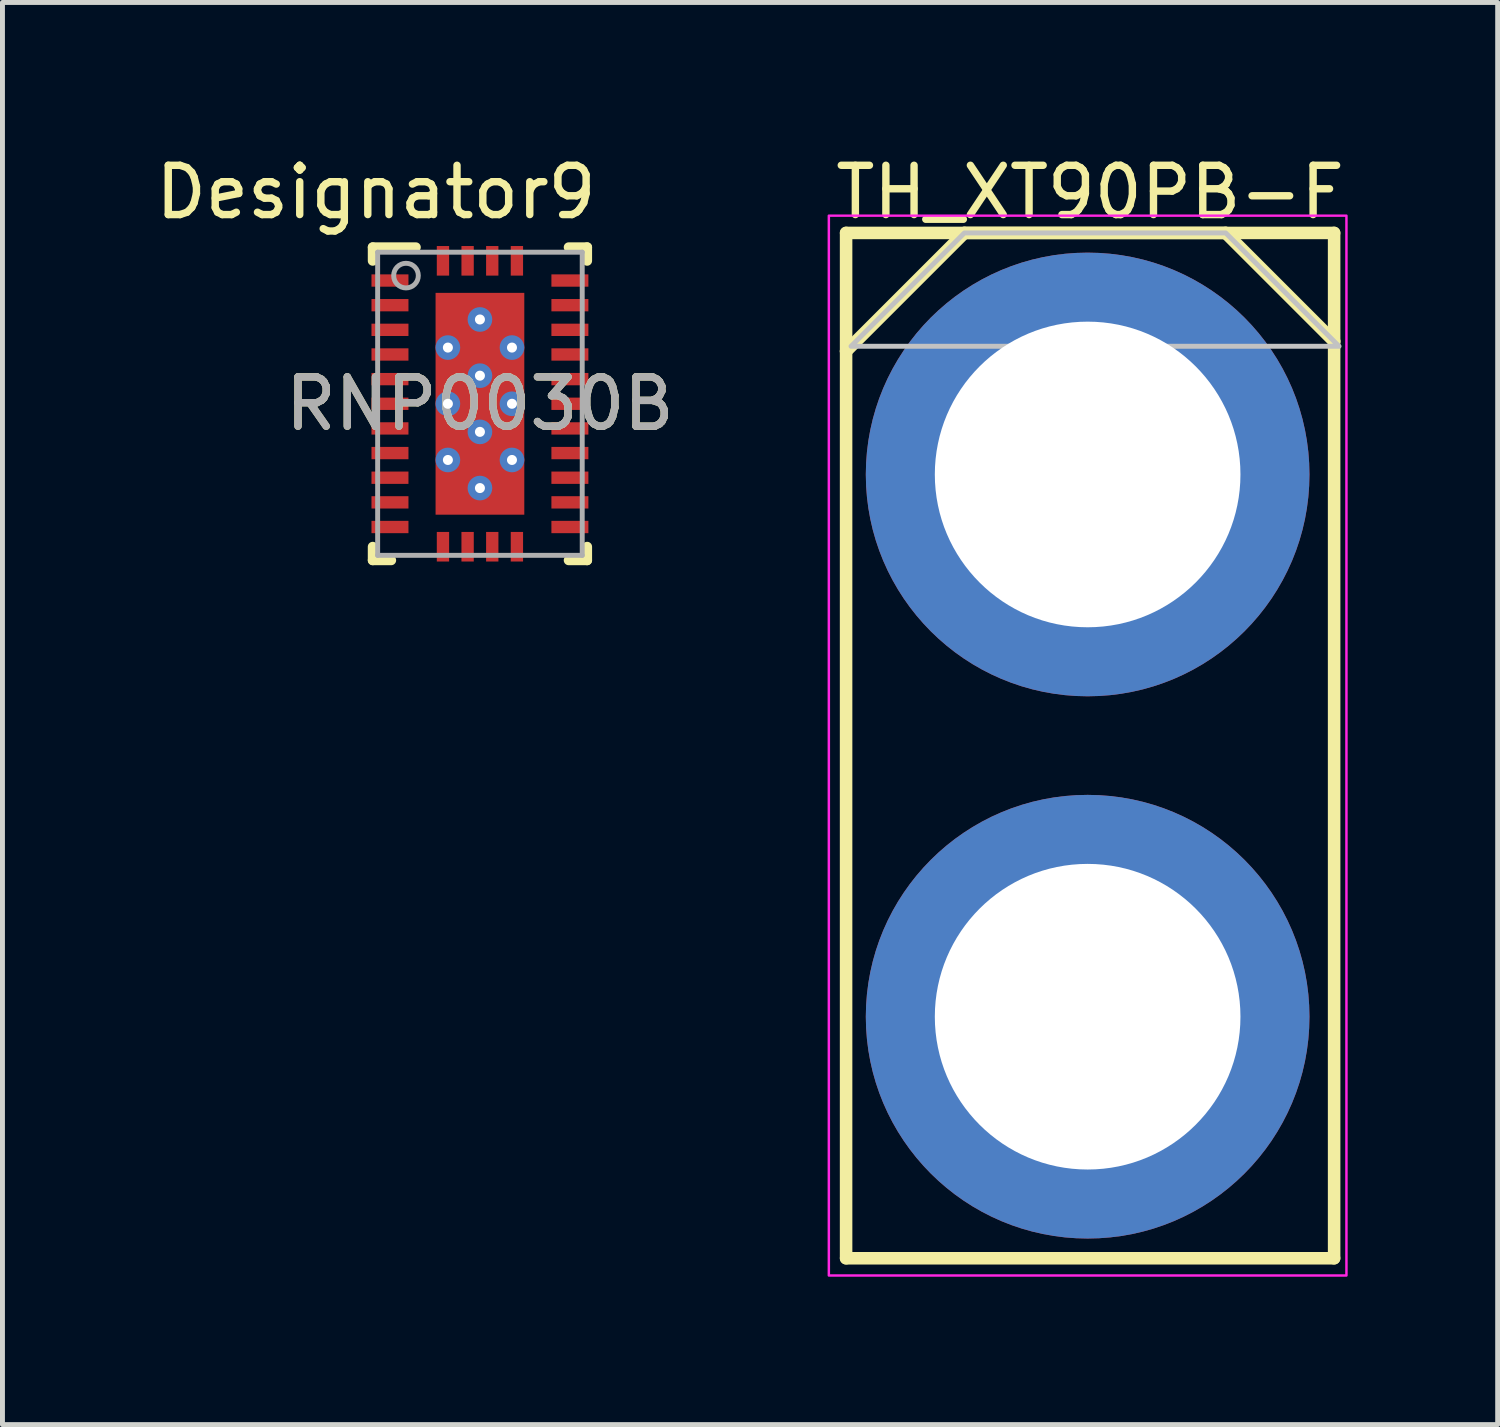
<source format=kicad_pcb>
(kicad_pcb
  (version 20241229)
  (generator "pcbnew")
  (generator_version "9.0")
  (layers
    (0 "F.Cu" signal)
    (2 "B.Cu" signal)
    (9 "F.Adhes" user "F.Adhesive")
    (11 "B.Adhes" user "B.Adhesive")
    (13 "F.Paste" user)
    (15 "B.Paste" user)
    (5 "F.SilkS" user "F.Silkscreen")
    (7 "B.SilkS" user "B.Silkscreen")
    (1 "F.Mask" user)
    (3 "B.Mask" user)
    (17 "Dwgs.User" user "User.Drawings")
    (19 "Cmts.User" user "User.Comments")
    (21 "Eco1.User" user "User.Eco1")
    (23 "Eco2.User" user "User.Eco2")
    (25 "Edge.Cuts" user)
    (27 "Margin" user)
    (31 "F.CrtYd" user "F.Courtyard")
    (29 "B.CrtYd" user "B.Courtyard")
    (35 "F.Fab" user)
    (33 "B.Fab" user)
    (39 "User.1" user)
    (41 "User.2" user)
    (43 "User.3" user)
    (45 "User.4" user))
  (footprint "RNP0030B"
    (layer "F.Cu")
    (at 6.686 5.141)
    (property "Reference" "RNP0030B" (at 0 0 0) (unlocked yes) (layer "F.SilkS") (effects (font (size 1 1) (thickness 0.15))))
    (attr smd)
    (fp_line (start -2.175 -3.175) (end -1.3 -3.175) (stroke (width 0.2) (type solid)) (layer "F.SilkS"))
    (fp_line (start -2.175 -2.9) (end -2.175 -3.175) (stroke (width 0.2) (type solid)) (layer "F.SilkS"))
    (fp_line (start -2.175 3.175) (end -2.175 2.9) (stroke (width 0.2) (type solid)) (layer "F.SilkS"))
    (fp_line (start -2.175 3.175) (end -1.8 3.175) (stroke (width 0.2) (type solid)) (layer "F.SilkS"))
    (fp_line (start 1.8 -3.175) (end 2.175 -3.175) (stroke (width 0.2) (type solid)) (layer "F.SilkS"))
    (fp_line (start 1.8 3.175) (end 2.175 3.175) (stroke (width 0.2) (type solid)) (layer "F.SilkS"))
    (fp_line (start 2.175 -2.9) (end 2.175 -3.175) (stroke (width 0.2) (type solid)) (layer "F.SilkS"))
    (fp_line (start 2.175 3.175) (end 2.175 2.9) (stroke (width 0.2) (type solid)) (layer "F.SilkS"))
    (fp_poly (pts (xy -0.1 -2.132) (xy -0.1 -1.288) (xy -0.101 -1.279) (xy -0.104 -1.27) (xy -0.108 -1.261) (xy -0.114 -1.254) (xy -0.121 -1.248) (xy -0.13 -1.244) (xy -0.139 -1.241) (xy -0.148 -1.24) (xy -0.852 -1.24) (xy -0.861 -1.241) (xy -0.87 -1.244) (xy -0.879 -1.248) (xy -0.886 -1.254) (xy -0.892 -1.261) (xy -0.896 -1.27) (xy -0.899 -1.279) (xy -0.9 -1.288) (xy -0.9 -2.132) (xy -0.899 -2.141) (xy -0.896 -2.15) (xy -0.892 -2.159) (xy -0.886 -2.166) (xy -0.879 -2.172) (xy -0.87 -2.176) (xy -0.861 -2.179) (xy -0.852 -2.18) (xy -0.148 -2.18) (xy -0.139 -2.179) (xy -0.13 -2.176) (xy -0.121 -2.172) (xy -0.114 -2.166) (xy -0.108 -2.159) (xy -0.104 -2.15) (xy -0.101 -2.141)) (stroke (width 0) (type solid)) (fill yes) (layer "F.Paste"))
    (fp_poly (pts (xy -0.1 -0.992) (xy -0.1 -0.148) (xy -0.101 -0.139) (xy -0.104 -0.13) (xy -0.108 -0.121) (xy -0.114 -0.114) (xy -0.121 -0.108) (xy -0.13 -0.104) (xy -0.139 -0.101) (xy -0.148 -0.1) (xy -0.852 -0.1) (xy -0.861 -0.101) (xy -0.87 -0.104) (xy -0.879 -0.108) (xy -0.886 -0.114) (xy -0.892 -0.121) (xy -0.896 -0.13) (xy -0.899 -0.139) (xy -0.9 -0.148) (xy -0.9 -0.992) (xy -0.899 -1.001) (xy -0.896 -1.01) (xy -0.892 -1.019) (xy -0.886 -1.026) (xy -0.879 -1.032) (xy -0.87 -1.036) (xy -0.861 -1.039) (xy -0.852 -1.04) (xy -0.148 -1.04) (xy -0.139 -1.039) (xy -0.13 -1.036) (xy -0.121 -1.032) (xy -0.114 -1.026) (xy -0.108 -1.019) (xy -0.104 -1.01) (xy -0.101 -1.001)) (stroke (width 0) (type solid)) (fill yes) (layer "F.Paste"))
    (fp_poly (pts (xy -0.1 0.148) (xy -0.1 0.992) (xy -0.101 1.001) (xy -0.104 1.01) (xy -0.108 1.019) (xy -0.114 1.026) (xy -0.121 1.032) (xy -0.13 1.036) (xy -0.139 1.039) (xy -0.148 1.04) (xy -0.852 1.04) (xy -0.861 1.039) (xy -0.87 1.036) (xy -0.879 1.032) (xy -0.886 1.026) (xy -0.892 1.019) (xy -0.896 1.01) (xy -0.899 1.001) (xy -0.9 0.992) (xy -0.9 0.148) (xy -0.899 0.139) (xy -0.896 0.13) (xy -0.892 0.121) (xy -0.886 0.114) (xy -0.879 0.108) (xy -0.87 0.104) (xy -0.861 0.101) (xy -0.852 0.1) (xy -0.148 0.1) (xy -0.139 0.101) (xy -0.13 0.104) (xy -0.121 0.108) (xy -0.114 0.114) (xy -0.108 0.121) (xy -0.104 0.13) (xy -0.101 0.139)) (stroke (width 0) (type solid)) (fill yes) (layer "F.Paste"))
    (fp_poly (pts (xy -0.1 1.288) (xy -0.1 2.132) (xy -0.101 2.141) (xy -0.104 2.15) (xy -0.108 2.159) (xy -0.114 2.166) (xy -0.121 2.172) (xy -0.13 2.176) (xy -0.139 2.179) (xy -0.148 2.18) (xy -0.852 2.18) (xy -0.861 2.179) (xy -0.87 2.176) (xy -0.879 2.172) (xy -0.886 2.166) (xy -0.892 2.159) (xy -0.896 2.15) (xy -0.899 2.141) (xy -0.9 2.132) (xy -0.9 1.288) (xy -0.899 1.279) (xy -0.896 1.27) (xy -0.892 1.261) (xy -0.886 1.254) (xy -0.879 1.248) (xy -0.87 1.244) (xy -0.861 1.241) (xy -0.852 1.24) (xy -0.148 1.24) (xy -0.139 1.241) (xy -0.13 1.244) (xy -0.121 1.248) (xy -0.114 1.254) (xy -0.108 1.261) (xy -0.104 1.27) (xy -0.101 1.279)) (stroke (width 0) (type solid)) (fill yes) (layer "F.Paste"))
    (fp_poly (pts (xy 0.1 -1.288) (xy 0.1 -2.132) (xy 0.101 -2.141) (xy 0.104 -2.15) (xy 0.108 -2.159) (xy 0.114 -2.166) (xy 0.121 -2.172) (xy 0.13 -2.176) (xy 0.139 -2.179) (xy 0.148 -2.18) (xy 0.852 -2.18) (xy 0.861 -2.179) (xy 0.87 -2.176) (xy 0.879 -2.172) (xy 0.886 -2.166) (xy 0.892 -2.159) (xy 0.896 -2.15) (xy 0.899 -2.141) (xy 0.9 -2.132) (xy 0.9 -1.288) (xy 0.899 -1.279) (xy 0.896 -1.27) (xy 0.892 -1.261) (xy 0.886 -1.254) (xy 0.879 -1.248) (xy 0.87 -1.244) (xy 0.861 -1.241) (xy 0.852 -1.24) (xy 0.148 -1.24) (xy 0.139 -1.241) (xy 0.13 -1.244) (xy 0.121 -1.248) (xy 0.114 -1.254) (xy 0.108 -1.261) (xy 0.104 -1.27) (xy 0.101 -1.279)) (stroke (width 0) (type solid)) (fill yes) (layer "F.Paste"))
    (fp_poly (pts (xy 0.1 -0.148) (xy 0.1 -0.992) (xy 0.101 -1.001) (xy 0.104 -1.01) (xy 0.108 -1.019) (xy 0.114 -1.026) (xy 0.121 -1.032) (xy 0.13 -1.036) (xy 0.139 -1.039) (xy 0.148 -1.04) (xy 0.852 -1.04) (xy 0.861 -1.039) (xy 0.87 -1.036) (xy 0.879 -1.032) (xy 0.886 -1.026) (xy 0.892 -1.019) (xy 0.896 -1.01) (xy 0.899 -1.001) (xy 0.9 -0.992) (xy 0.9 -0.148) (xy 0.899 -0.139) (xy 0.896 -0.13) (xy 0.892 -0.121) (xy 0.886 -0.114) (xy 0.879 -0.108) (xy 0.87 -0.104) (xy 0.861 -0.101) (xy 0.852 -0.1) (xy 0.148 -0.1) (xy 0.139 -0.101) (xy 0.13 -0.104) (xy 0.121 -0.108) (xy 0.114 -0.114) (xy 0.108 -0.121) (xy 0.104 -0.13) (xy 0.101 -0.139)) (stroke (width 0) (type solid)) (fill yes) (layer "F.Paste"))
    (fp_poly (pts (xy 0.1 0.992) (xy 0.1 0.148) (xy 0.101 0.139) (xy 0.104 0.13) (xy 0.108 0.121) (xy 0.114 0.114) (xy 0.121 0.108) (xy 0.13 0.104) (xy 0.139 0.101) (xy 0.148 0.1) (xy 0.852 0.1) (xy 0.861 0.101) (xy 0.87 0.104) (xy 0.879 0.108) (xy 0.886 0.114) (xy 0.892 0.121) (xy 0.896 0.13) (xy 0.899 0.139) (xy 0.9 0.148) (xy 0.9 0.992) (xy 0.899 1.001) (xy 0.896 1.01) (xy 0.892 1.019) (xy 0.886 1.026) (xy 0.879 1.032) (xy 0.87 1.036) (xy 0.861 1.039) (xy 0.852 1.04) (xy 0.148 1.04) (xy 0.139 1.039) (xy 0.13 1.036) (xy 0.121 1.032) (xy 0.114 1.026) (xy 0.108 1.019) (xy 0.104 1.01) (xy 0.101 1.001)) (stroke (width 0) (type solid)) (fill yes) (layer "F.Paste"))
    (fp_poly (pts (xy 0.1 2.132) (xy 0.1 1.288) (xy 0.101 1.279) (xy 0.104 1.27) (xy 0.108 1.261) (xy 0.114 1.254) (xy 0.121 1.248) (xy 0.13 1.244) (xy 0.139 1.241) (xy 0.148 1.24) (xy 0.852 1.24) (xy 0.861 1.241) (xy 0.87 1.244) (xy 0.879 1.248) (xy 0.886 1.254) (xy 0.892 1.261) (xy 0.896 1.27) (xy 0.899 1.279) (xy 0.9 1.288) (xy 0.9 2.132) (xy 0.899 2.141) (xy 0.896 2.15) (xy 0.892 2.159) (xy 0.886 2.166) (xy 0.879 2.172) (xy 0.87 2.176) (xy 0.861 2.179) (xy 0.852 2.18) (xy 0.148 2.18) (xy 0.139 2.179) (xy 0.13 2.176) (xy 0.121 2.172) (xy 0.114 2.166) (xy 0.108 2.159) (xy 0.104 2.15) (xy 0.101 2.141)) (stroke (width 0) (type solid)) (fill yes) (layer "F.Paste"))
    (fp_line (start -2.075 -3.075) (end 2.075 -3.075) (stroke (width 0.1) (type solid)) (layer "F.Fab"))
    (fp_line (start -2.075 3.075) (end -2.075 -3.075) (stroke (width 0.1) (type solid)) (layer "F.Fab"))
    (fp_line (start -2.075 3.075) (end 2.075 3.075) (stroke (width 0.1) (type solid)) (layer "F.Fab"))
    (fp_line (start 2.075 3.075) (end 2.075 -3.075) (stroke (width 0.1) (type solid)) (layer "F.Fab"))
    (fp_circle (center -1.5 -2.6) (end -1.25 -2.6) (stroke (width 0.1) (type solid)) (fill no) (layer "F.Fab"))
    (fp_text user "Designator9" (at -2.108 -4.293 0) (unlocked yes) (layer "F.SilkS") (effects (font (size 1 1) (thickness 0.15))))
    (fp_text user "${REFERENCE}" (at 0 0 0) (unlocked yes) (layer "F.Fab") (effects (font (size 1 1) (thickness 0.15))))
    (pad "1" smd rect (at -1.825 -2.5 90) (size 0.25 0.75) (layers "F.Cu" "F.Mask" "F.Paste"))
    (pad "2" smd rect (at -1.825 -2 90) (size 0.25 0.75) (layers "F.Cu" "F.Mask" "F.Paste"))
    (pad "3" smd rect (at -1.825 -1.5 90) (size 0.25 0.75) (layers "F.Cu" "F.Mask" "F.Paste"))
    (pad "4" smd rect (at -1.825 -1 90) (size 0.25 0.75) (layers "F.Cu" "F.Mask" "F.Paste"))
    (pad "5" smd rect (at -1.825 -0.5 90) (size 0.25 0.75) (layers "F.Cu" "F.Mask" "F.Paste"))
    (pad "6" smd rect (at -1.825 0 90) (size 0.25 0.75) (layers "F.Cu" "F.Mask" "F.Paste"))
    (pad "7" smd rect (at -1.825 0.5 90) (size 0.25 0.75) (layers "F.Cu" "F.Mask" "F.Paste"))
    (pad "8" smd rect (at -1.825 1 90) (size 0.25 0.75) (layers "F.Cu" "F.Mask" "F.Paste"))
    (pad "9" smd rect (at -1.825 1.5 90) (size 0.25 0.75) (layers "F.Cu" "F.Mask" "F.Paste"))
    (pad "10" smd rect (at -1.825 2 90) (size 0.25 0.75) (layers "F.Cu" "F.Mask" "F.Paste"))
    (pad "11" smd rect (at -1.825 2.5 90) (size 0.25 0.75) (layers "F.Cu" "F.Mask" "F.Paste"))
    (pad "12" smd rect (at -0.75 2.9) (size 0.25 0.6) (layers "F.Cu" "F.Mask" "F.Paste"))
    (pad "13" smd rect (at -0.25 2.9) (size 0.25 0.6) (layers "F.Cu" "F.Mask" "F.Paste"))
    (pad "14" smd rect (at 0.25 2.9) (size 0.25 0.6) (layers "F.Cu" "F.Mask" "F.Paste"))
    (pad "15" smd rect (at 0.75 2.9) (size 0.25 0.6) (layers "F.Cu" "F.Mask" "F.Paste"))
    (pad "16" smd rect (at 1.825 2.5 90) (size 0.25 0.75) (layers "F.Cu" "F.Mask" "F.Paste"))
    (pad "17" smd rect (at 1.825 2 90) (size 0.25 0.75) (layers "F.Cu" "F.Mask" "F.Paste"))
    (pad "18" smd rect (at 1.825 1.5 90) (size 0.25 0.75) (layers "F.Cu" "F.Mask" "F.Paste"))
    (pad "19" smd rect (at 1.825 1 90) (size 0.25 0.75) (layers "F.Cu" "F.Mask" "F.Paste"))
    (pad "20" smd rect (at 1.825 0.5 90) (size 0.25 0.75) (layers "F.Cu" "F.Mask" "F.Paste"))
    (pad "21" smd rect (at 1.825 0 90) (size 0.25 0.75) (layers "F.Cu" "F.Mask" "F.Paste"))
    (pad "22" smd rect (at 1.825 -0.5 90) (size 0.25 0.75) (layers "F.Cu" "F.Mask" "F.Paste"))
    (pad "23" smd rect (at 1.825 -1 90) (size 0.25 0.75) (layers "F.Cu" "F.Mask" "F.Paste"))
    (pad "24" smd rect (at 1.825 -1.5 90) (size 0.25 0.75) (layers "F.Cu" "F.Mask" "F.Paste"))
    (pad "25" smd rect (at 1.825 -2 90) (size 0.25 0.75) (layers "F.Cu" "F.Mask" "F.Paste"))
    (pad "26" smd rect (at 1.825 -2.5 90) (size 0.25 0.75) (layers "F.Cu" "F.Mask" "F.Paste"))
    (pad "27" smd rect (at 0.75 -2.9) (size 0.25 0.6) (layers "F.Cu" "F.Mask" "F.Paste"))
    (pad "28" smd rect (at 0.25 -2.9) (size 0.25 0.6) (layers "F.Cu" "F.Mask" "F.Paste"))
    (pad "29" smd rect (at -0.25 -2.9) (size 0.25 0.6) (layers "F.Cu" "F.Mask" "F.Paste"))
    (pad "30" smd rect (at -0.75 -2.9) (size 0.25 0.6) (layers "F.Cu" "F.Mask" "F.Paste"))
    (pad "31" smd rect (at 0 0) (size 1.8 4.5) (layers "F.Cu" "F.Mask"))
    (pad "V" thru_hole circle (at -0.65 -1.14) (size 0.5 0.5) (drill 0.203) (layers "*.Cu" "*.Mask"))
    (pad "V" thru_hole circle (at -0.65 0) (size 0.5 0.5) (drill 0.203) (layers "*.Cu" "*.Mask"))
    (pad "V" thru_hole circle (at -0.65 1.14) (size 0.5 0.5) (drill 0.203) (layers "*.Cu" "*.Mask"))
    (pad "V" thru_hole circle (at 0 -1.71) (size 0.5 0.5) (drill 0.203) (layers "*.Cu" "*.Mask"))
    (pad "V" thru_hole circle (at 0 -0.57) (size 0.5 0.5) (drill 0.203) (layers "*.Cu" "*.Mask"))
    (pad "V" thru_hole circle (at 0 0.57) (size 0.5 0.5) (drill 0.203) (layers "*.Cu" "*.Mask"))
    (pad "V" thru_hole circle (at 0 1.71) (size 0.5 0.5) (drill 0.203) (layers "*.Cu" "*.Mask"))
    (pad "V" thru_hole circle (at 0.65 -1.14) (size 0.5 0.5) (drill 0.203) (layers "*.Cu" "*.Mask"))
    (pad "V" thru_hole circle (at 0.65 0) (size 0.5 0.5) (drill 0.203) (layers "*.Cu" "*.Mask"))
    (pad "V" thru_hole circle (at 0.65 1.14) (size 0.5 0.5) (drill 0.203) (layers "*.Cu" "*.Mask")))
  (footprint "TH_XT90PB-F"
    (layer "F.Cu")
    (at 19.014 12.075)
    (property "Reference" "TH_XT90PB-F" (at 0.05 -11.227 0) (layer "F.SilkS") (effects (font (size 1 1) (thickness 0.15))))
    (fp_line (start -4.9 -10.4) (end 5 -10.4) (stroke (width 0.254) (type default)) (layer "F.SilkS"))
    (fp_line (start -4.9 -8) (end -4.9 -10.4) (stroke (width 0.254) (type default)) (layer "F.SilkS"))
    (fp_line (start -4.9 -8) (end -2.5 -10.4) (stroke (width 0.254) (type default)) (layer "F.SilkS"))
    (fp_line (start -4.9 10.4) (end -4.9 -8) (stroke (width 0.254) (type solid)) (layer "F.SilkS"))
    (fp_line (start -2.5 -10.4) (end 2.8 -10.4) (stroke (width 0.254) (type default)) (layer "F.SilkS"))
    (fp_line (start 2.8 -10.4) (end 5 -8.2) (stroke (width 0.254) (type default)) (layer "F.SilkS"))
    (fp_line (start 5 -10.4) (end 5 -8.2) (stroke (width 0.254) (type default)) (layer "F.SilkS"))
    (fp_line (start 5 -8.2) (end 5 10.4) (stroke (width 0.254) (type default)) (layer "F.SilkS"))
    (fp_line (start 5 10.4) (end -4.9 10.4) (stroke (width 0.254) (type default)) (layer "F.SilkS"))
    (fp_poly (pts (xy -2.5 -10.4) (xy 2.8 -10.4) (xy 5.1 -8.1) (xy -4.8 -8.1)) (stroke (width 0.1) (type default)) (fill no) (layer "Dwgs.User"))
    (fp_rect (start -5.25 -10.75) (end 5.25 10.75) (stroke (width 0.05) (type default)) (fill no) (layer "F.CrtYd"))
    (fp_poly (pts (xy 2.846 -5.66) (xy 2.81 -5.977) (xy 2.739 -6.289) (xy 2.633 -6.591) (xy 2.494 -6.879) (xy 2.324 -7.149) (xy 2.125 -7.399) (xy 1.899 -7.625) (xy 1.649 -7.824) (xy 1.379 -7.994) (xy 1.091 -8.133) (xy 0.789 -8.239) (xy 0.477 -8.31) (xy 0.16 -8.346) (xy -0.16 -8.346) (xy -0.477 -8.31) (xy -0.789 -8.239) (xy -1.091 -8.133) (xy -1.379 -7.994) (xy -1.649 -7.824) (xy -1.899 -7.625) (xy -2.125 -7.399) (xy -2.324 -7.149) (xy -2.494 -6.879) (xy -2.633 -6.591) (xy -2.739 -6.289) (xy -2.81 -5.977) (xy -2.846 -5.66) (xy -2.846 -5.34) (xy -2.81 -5.023) (xy -2.739 -4.711) (xy -2.633 -4.409) (xy -2.494 -4.121) (xy -2.324 -3.851) (xy -2.125 -3.601) (xy -1.899 -3.375) (xy -1.649 -3.176) (xy -1.379 -3.006) (xy -1.091 -2.867) (xy -0.789 -2.761) (xy -0.477 -2.69) (xy -0.16 -2.654) (xy 0.16 -2.654) (xy 0.477 -2.69) (xy 0.789 -2.761) (xy 1.091 -2.867) (xy 1.379 -3.006) (xy 1.649 -3.176) (xy 1.899 -3.375) (xy 2.125 -3.601) (xy 2.324 -3.851) (xy 2.494 -4.121) (xy 2.633 -4.409) (xy 2.739 -4.711) (xy 2.81 -5.023) (xy 2.846 -5.34)) (stroke (width 0.1) (type default)) (fill no) (layer "User.1"))
    (fp_poly (pts (xy 2.846 5.34) (xy 2.81 5.023) (xy 2.739 4.711) (xy 2.633 4.409) (xy 2.494 4.121) (xy 2.324 3.851) (xy 2.125 3.601) (xy 1.899 3.375) (xy 1.649 3.176) (xy 1.379 3.006) (xy 1.091 2.867) (xy 0.789 2.761) (xy 0.477 2.69) (xy 0.16 2.654) (xy -0.16 2.654) (xy -0.477 2.69) (xy -0.789 2.761) (xy -1.091 2.867) (xy -1.379 3.006) (xy -1.649 3.176) (xy -1.899 3.375) (xy -2.125 3.601) (xy -2.324 3.851) (xy -2.494 4.121) (xy -2.633 4.409) (xy -2.739 4.711) (xy -2.81 5.023) (xy -2.846 5.34) (xy -2.846 5.66) (xy -2.81 5.977) (xy -2.739 6.289) (xy -2.633 6.591) (xy -2.494 6.879) (xy -2.324 7.149) (xy -2.125 7.399) (xy -1.899 7.625) (xy -1.649 7.824) (xy -1.379 7.994) (xy -1.091 8.133) (xy -0.789 8.239) (xy -0.477 8.31) (xy -0.16 8.346) (xy 0.16 8.346) (xy 0.477 8.31) (xy 0.789 8.239) (xy 1.091 8.133) (xy 1.379 7.994) (xy 1.649 7.824) (xy 1.899 7.625) (xy 2.125 7.399) (xy 2.324 7.149) (xy 2.494 6.879) (xy 2.633 6.591) (xy 2.739 6.289) (xy 2.81 5.977) (xy 2.846 5.66)) (stroke (width 0.1) (type default)) (fill no) (layer "User.1"))
    (fp_line (start -4.95 -10.4) (end 4.95 -10.4) (stroke (width 0.051) (type default)) (layer "User.2"))
    (fp_line (start -4.95 10.4) (end -4.95 -10.4) (stroke (width 0.051) (type default)) (layer "User.2"))
    (fp_line (start 4.95 -10.4) (end 4.95 10.4) (stroke (width 0.051) (type default)) (layer "User.2"))
    (fp_line (start 4.95 10.4) (end -4.95 10.4) (stroke (width 0.051) (type default)) (layer "User.2"))
    (fp_poly (pts (xy -4.895 -10.423) (xy -4.927 -10.455) (xy -4.973 -10.455) (xy -5.005 -10.423) (xy -5.005 -10.377) (xy -4.973 -10.345) (xy -4.927 -10.345) (xy -4.895 -10.377)) (stroke (width 0.1) (type default)) (fill no) (layer "User.3"))
    (pad "1" thru_hole circle (at 0 -5.5 270) (size 9 9) (drill 6.2) (layers "*.Cu" "*.Mask"))
    (pad "2" thru_hole circle (at 0 5.5 270) (size 9 9) (drill 6.2) (layers "*.Cu" "*.Mask")))
  (gr_rect
    (start -3 -3)
    (end 27.332 25.85)
    (stroke (width 0.1) (type default))
    (fill no)
    (layer "Edge.Cuts")))
</source>
